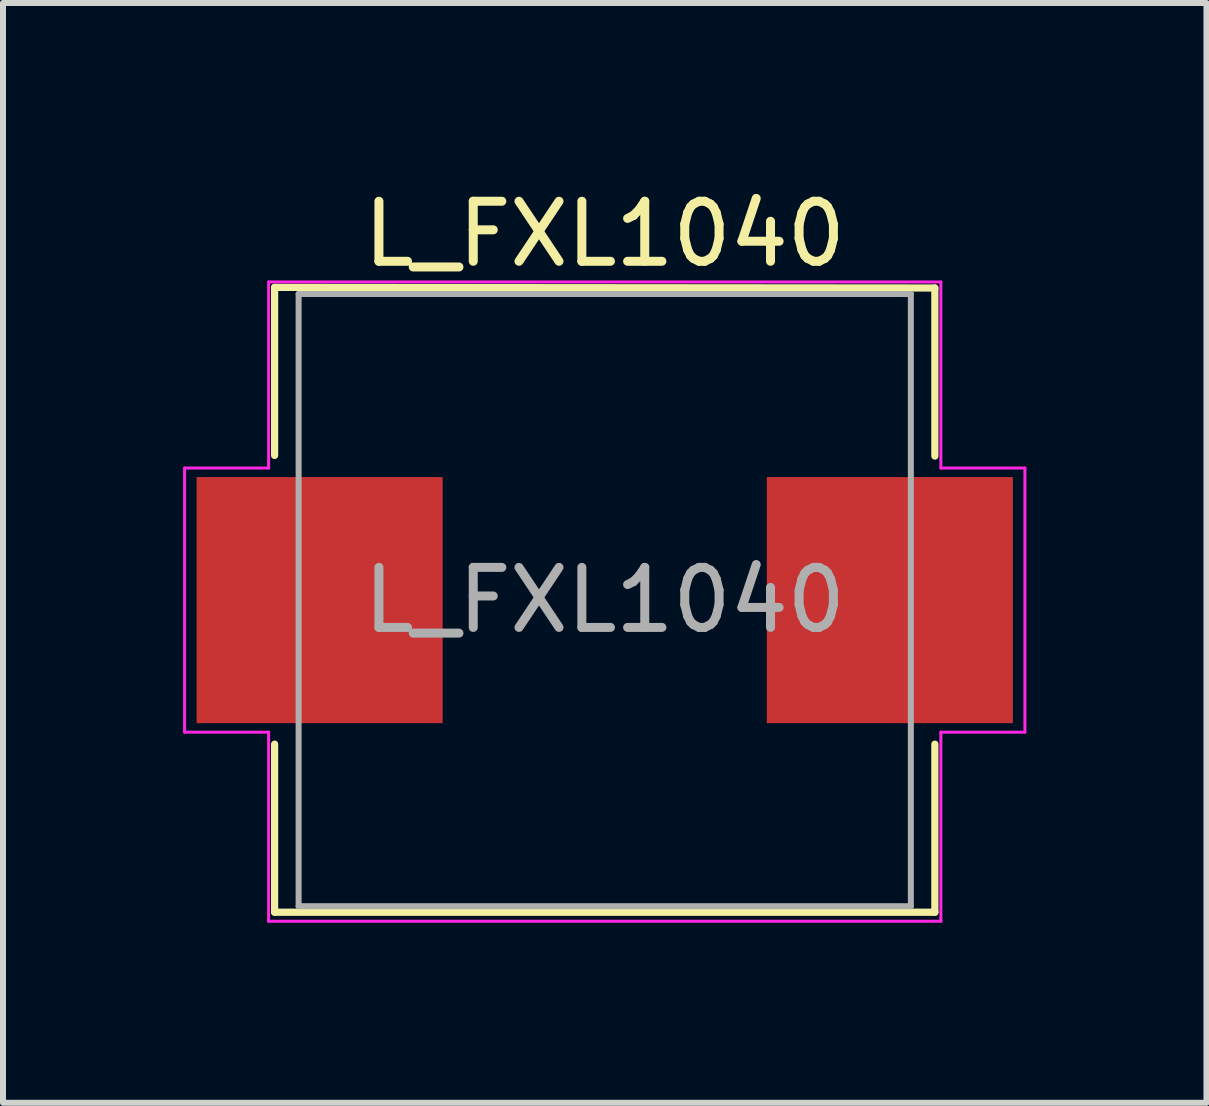
<source format=kicad_pcb>
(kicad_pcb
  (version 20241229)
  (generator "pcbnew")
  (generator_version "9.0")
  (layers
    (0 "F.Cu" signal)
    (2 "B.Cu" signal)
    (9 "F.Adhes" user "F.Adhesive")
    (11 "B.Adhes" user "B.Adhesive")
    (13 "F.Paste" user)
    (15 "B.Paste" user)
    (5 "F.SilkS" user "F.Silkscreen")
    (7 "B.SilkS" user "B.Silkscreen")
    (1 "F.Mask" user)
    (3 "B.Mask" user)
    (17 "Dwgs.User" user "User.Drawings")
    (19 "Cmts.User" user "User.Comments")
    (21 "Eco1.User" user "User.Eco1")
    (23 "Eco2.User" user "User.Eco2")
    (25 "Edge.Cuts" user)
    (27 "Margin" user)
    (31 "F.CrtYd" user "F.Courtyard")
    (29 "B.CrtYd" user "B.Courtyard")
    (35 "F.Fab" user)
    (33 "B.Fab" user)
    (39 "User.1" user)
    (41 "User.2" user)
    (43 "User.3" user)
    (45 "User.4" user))
  (footprint "L_FXL1040"
    (layer "F.Cu")
    (at 7.025 6.948)
    (property "Reference" "L_FXL1040" (at 0 -6.1 0) (layer "F.SilkS") (effects (font (size 1 1) (thickness 0.15))))
    (attr smd)
    (fp_line (start -5.5 -5.21) (end 5.5 -5.2) (stroke (width 0.12) (type solid)) (layer "F.SilkS"))
    (fp_line (start -5.5 -2.41) (end -5.5 -5.21) (stroke (width 0.12) (type solid)) (layer "F.SilkS"))
    (fp_line (start -5.5 5.2) (end -5.5 2.4) (stroke (width 0.12) (type solid)) (layer "F.SilkS"))
    (fp_line (start -5.5 5.2) (end 5.5 5.2) (stroke (width 0.12) (type solid)) (layer "F.SilkS"))
    (fp_line (start 5.5 -5.2) (end 5.5 -2.4) (stroke (width 0.12) (type solid)) (layer "F.SilkS"))
    (fp_line (start 5.5 5.2) (end 5.5 2.4) (stroke (width 0.12) (type solid)) (layer "F.SilkS"))
    (fp_line (start -7 -2.2) (end -5.6 -2.2) (stroke (width 0.05) (type solid)) (layer "F.CrtYd"))
    (fp_line (start -7 2.2) (end -7 -2.2) (stroke (width 0.05) (type solid)) (layer "F.CrtYd"))
    (fp_line (start -5.6 -2.2) (end -5.6 -5.3) (stroke (width 0.05) (type solid)) (layer "F.CrtYd"))
    (fp_line (start -5.6 2.2) (end -7 2.2) (stroke (width 0.05) (type solid)) (layer "F.CrtYd"))
    (fp_line (start -5.6 2.2) (end -5.6 5.35) (stroke (width 0.05) (type solid)) (layer "F.CrtYd"))
    (fp_line (start -5.6 5.35) (end 5.6 5.35) (stroke (width 0.05) (type solid)) (layer "F.CrtYd"))
    (fp_line (start 5.6 -5.3) (end -5.6 -5.3) (stroke (width 0.05) (type solid)) (layer "F.CrtYd"))
    (fp_line (start 5.6 -2.2) (end 5.6 -5.3) (stroke (width 0.05) (type solid)) (layer "F.CrtYd"))
    (fp_line (start 5.6 -2.2) (end 7 -2.2) (stroke (width 0.05) (type solid)) (layer "F.CrtYd"))
    (fp_line (start 5.6 2.2) (end 5.6 5.35) (stroke (width 0.05) (type solid)) (layer "F.CrtYd"))
    (fp_line (start 7 2.2) (end 5.6 2.2) (stroke (width 0.05) (type solid)) (layer "F.CrtYd"))
    (fp_line (start 7 2.2) (end 7 -2.2) (stroke (width 0.05) (type solid)) (layer "F.CrtYd"))
    (fp_line (start -5.1 -5.1) (end -5.1 5.1) (stroke (width 0.1) (type solid)) (layer "F.Fab"))
    (fp_line (start -5.1 5.1) (end 5.1 5.1) (stroke (width 0.1) (type solid)) (layer "F.Fab"))
    (fp_line (start 5.1 -5.1) (end -5.1 -5.1) (stroke (width 0.1) (type solid)) (layer "F.Fab"))
    (fp_line (start 5.1 5.1) (end 5.1 -5.1) (stroke (width 0.1) (type solid)) (layer "F.Fab"))
    (fp_text user "${REFERENCE}" (at 0 0 0) (layer "F.Fab") (effects (font (size 1 1) (thickness 0.15))))
    (pad "1" smd rect (at -4.75 0) (size 4.1 4.1) (layers "F.Cu" "F.Mask" "F.Paste"))
    (pad "2" smd rect (at 4.75 0) (size 4.1 4.1) (layers "F.Cu" "F.Mask" "F.Paste")))
  (gr_rect
    (start -3 -3)
    (end 17.05 15.323)
    (stroke (width 0.1) (type default))
    (fill no)
    (layer "Edge.Cuts")))
</source>
